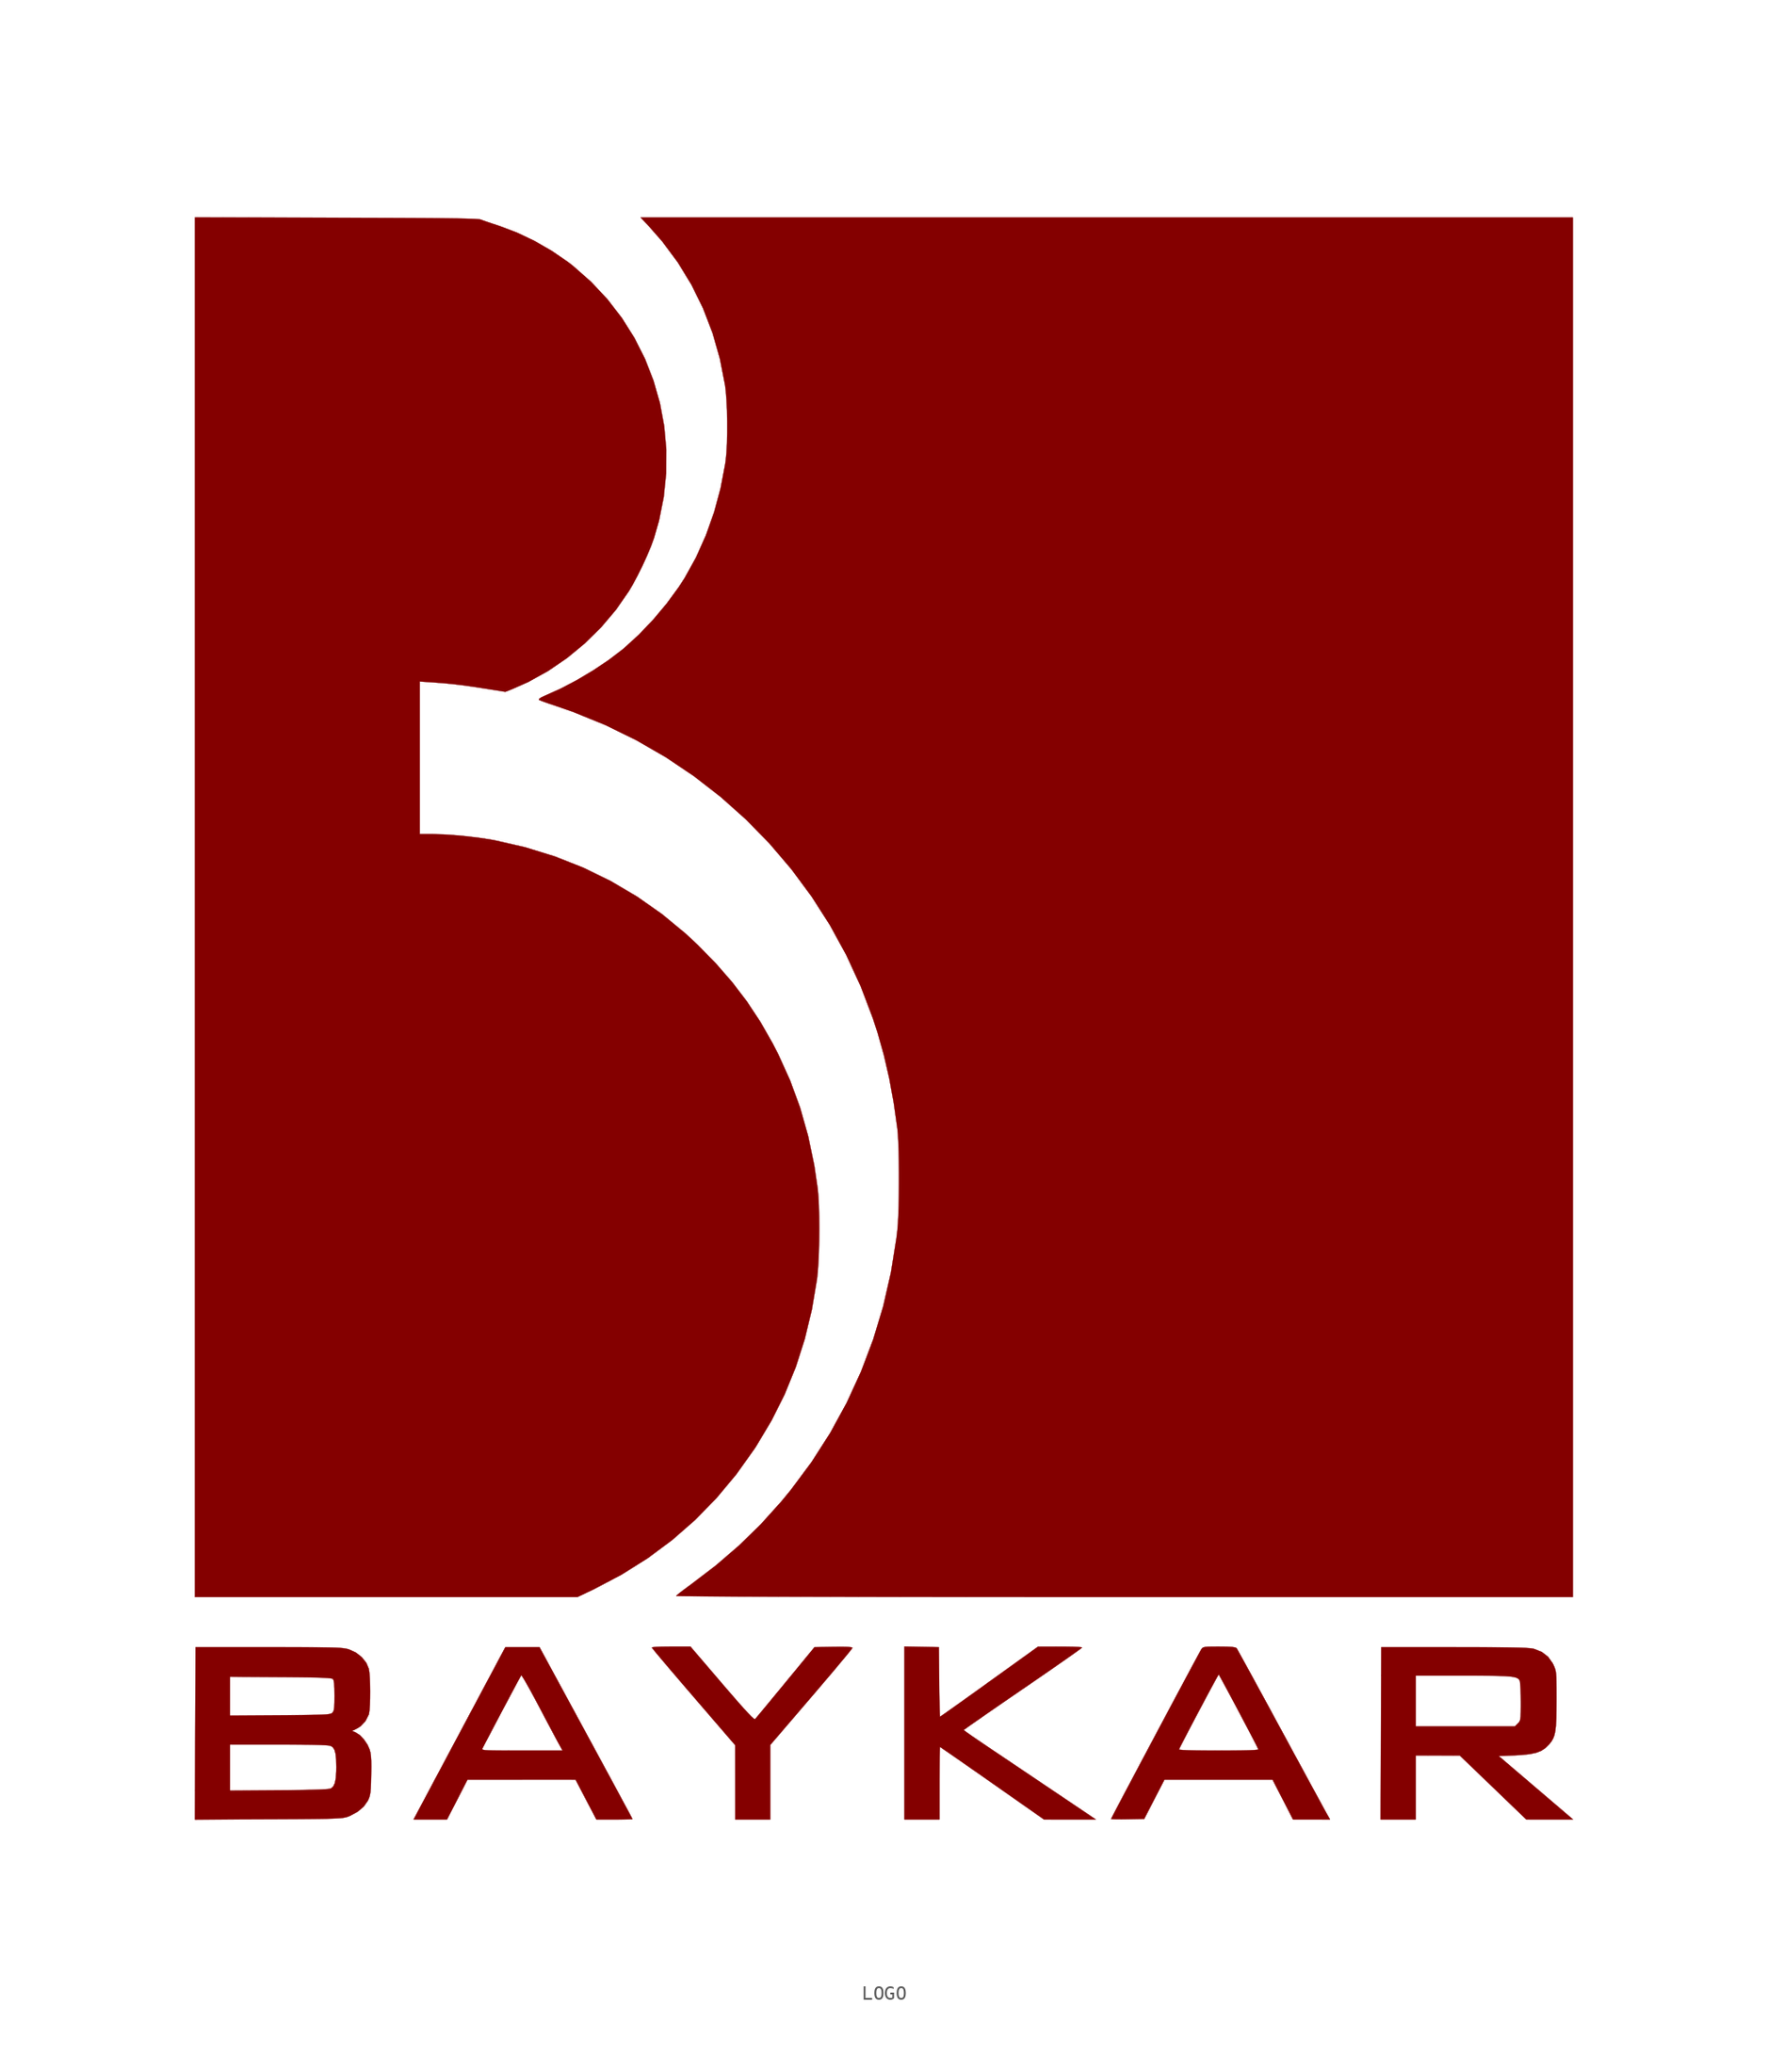
<source format=kicad_sym>
(kicad_symbol_lib
  (version 20211014)
  (generator kicad_symbol_editor)
  (symbol "LOGO"
    (pin_names
      (offset 1.016))
    (property "Reference" "#G"
      (at 0 58.039 0)
      (effects (font (size 1.27 1.27)) hide))
    (symbol "LOGO_0_0"
      (polyline (pts (xy -7.874 -50.658) (xy -4.995 -47.301) (xy -4.78 -47.05) (xy -4.24 -46.417) (xy -3.738 -45.826) (xy -3.285 -45.29) (xy -2.892 -44.82) (xy -2.568 -44.43) (xy -2.324 -44.131) (xy -2.17 -43.936) (xy -2.117 -43.856) (xy -2.117 -43.856) (xy -2.202 -43.819) (xy -2.453 -43.796) (xy -2.869 -43.787) (xy -3.447 -43.792) (xy -4.777 -43.815) (xy -6.812 -46.288) (xy -6.866 -46.353) (xy -7.324 -46.908) (xy -7.748 -47.423) (xy -8.127 -47.881) (xy -8.448 -48.268) (xy -8.699 -48.569) (xy -8.868 -48.769) (xy -8.941 -48.854) (xy -8.956 -48.858) (xy -9.041 -48.809) (xy -9.197 -48.669) (xy -9.43 -48.43) (xy -9.745 -48.086) (xy -10.149 -47.631) (xy -10.649 -47.057) (xy -11.249 -46.359) (xy -13.463 -43.773) (xy -14.817 -43.773) (xy -15.119 -43.774) (xy -15.537 -43.782) (xy -15.87 -43.796) (xy -16.09 -43.815) (xy -16.17 -43.836) (xy -16.159 -43.853) (xy -16.061 -43.979) (xy -15.866 -44.216) (xy -15.585 -44.552) (xy -15.229 -44.974) (xy -14.807 -45.47) (xy -14.33 -46.029) (xy -13.807 -46.639) (xy -13.251 -47.286) (xy -10.333 -50.673) (xy -10.331 -53.276) (xy -10.329 -55.88) (xy -7.874 -55.88) (xy -7.874 -50.658)) (stroke (width 0.01) (type default) (color 0 0 0 0)) (fill (type outline)))
      (polyline (pts (xy -29.8 -54.485) (xy -29.083 -53.089) (xy -25.299 -53.088) (xy -21.515 -53.086) (xy -20.785 -54.483) (xy -20.054 -55.88) (xy -18.79 -55.88) (xy -18.568 -55.88) (xy -18.156 -55.876) (xy -17.826 -55.869) (xy -17.606 -55.86) (xy -17.526 -55.85) (xy -17.533 -55.834) (xy -17.606 -55.696) (xy -17.75 -55.425) (xy -17.961 -55.033) (xy -18.232 -54.53) (xy -18.556 -53.928) (xy -18.929 -53.237) (xy -19.344 -52.47) (xy -19.795 -51.637) (xy -20.276 -50.749) (xy -20.781 -49.817) (xy -24.037 -43.815) (xy -26.433 -43.815) (xy -29.095 -48.81) (xy -29.227 -49.058) (xy -29.697 -49.939) (xy -30.154 -50.797) (xy -30.233 -50.946) (xy -28.051 -50.946) (xy -28.038 -50.906) (xy -27.861 -50.566) (xy -27.606 -50.079) (xy -27.324 -49.542) (xy -27.026 -48.977) (xy -26.722 -48.401) (xy -26.423 -47.836) (xy -26.139 -47.302) (xy -25.88 -46.817) (xy -25.659 -46.403) (xy -25.484 -46.079) (xy -25.367 -45.865) (xy -25.318 -45.781) (xy -25.309 -45.783) (xy -25.232 -45.886) (xy -25.091 -46.114) (xy -24.896 -46.452) (xy -24.657 -46.881) (xy -24.385 -47.383) (xy -24.088 -47.94) (xy -24.03 -48.051) (xy -23.722 -48.636) (xy -23.429 -49.188) (xy -23.165 -49.686) (xy -22.942 -50.104) (xy -22.773 -50.42) (xy -22.669 -50.609) (xy -22.421 -51.054) (xy -25.268 -51.054) (xy -25.643 -51.054) (xy -26.34 -51.053) (xy -26.891 -51.05) (xy -27.312 -51.044) (xy -27.621 -51.035) (xy -27.833 -51.022) (xy -27.965 -51.003) (xy -28.032 -50.978) (xy -28.051 -50.946) (xy -30.233 -50.946) (xy -30.591 -51.617) (xy -30.999 -52.383) (xy -31.37 -53.079) (xy -31.694 -53.688) (xy -31.965 -54.196) (xy -32.172 -54.586) (xy -32.309 -54.843) (xy -32.86 -55.88) (xy -30.517 -55.88) (xy -29.8 -54.485)) (stroke (width 0.01) (type default) (color 0 0 0 0)) (fill (type outline)))
      (polyline (pts (xy 3.979 -53.34) (xy 3.979 -53.103) (xy 3.982 -52.486) (xy 3.986 -51.934) (xy 3.991 -51.469) (xy 3.999 -51.111) (xy 4.007 -50.881) (xy 4.016 -50.8) (xy 4.03 -50.807) (xy 4.155 -50.89) (xy 4.401 -51.058) (xy 4.755 -51.302) (xy 5.202 -51.612) (xy 5.732 -51.98) (xy 6.329 -52.396) (xy 6.982 -52.852) (xy 7.678 -53.339) (xy 11.303 -55.879) (xy 14.934 -55.88) (xy 11.976 -53.889) (xy 11.939 -53.865) (xy 11.222 -53.382) (xy 10.479 -52.882) (xy 9.738 -52.384) (xy 9.027 -51.906) (xy 8.373 -51.466) (xy 7.804 -51.084) (xy 7.348 -50.778) (xy 7.037 -50.568) (xy 6.6 -50.271) (xy 6.226 -50.013) (xy 5.935 -49.809) (xy 5.746 -49.672) (xy 5.678 -49.615) (xy 5.739 -49.566) (xy 5.928 -49.429) (xy 6.233 -49.214) (xy 6.642 -48.928) (xy 7.143 -48.58) (xy 7.723 -48.178) (xy 8.371 -47.731) (xy 9.075 -47.248) (xy 9.822 -46.736) (xy 10.527 -46.253) (xy 11.233 -45.766) (xy 11.886 -45.315) (xy 12.471 -44.909) (xy 12.977 -44.555) (xy 13.392 -44.262) (xy 13.704 -44.039) (xy 13.9 -43.894) (xy 13.968 -43.836) (xy 13.894 -43.817) (xy 13.676 -43.8) (xy 13.341 -43.786) (xy 12.915 -43.778) (xy 12.425 -43.775) (xy 10.88 -43.778) (xy 7.466 -46.23) (xy 7.343 -46.319) (xy 6.678 -46.797) (xy 6.058 -47.241) (xy 5.495 -47.642) (xy 5.004 -47.992) (xy 4.598 -48.28) (xy 4.289 -48.498) (xy 4.091 -48.635) (xy 4.018 -48.683) (xy 4.015 -48.679) (xy 4.005 -48.562) (xy 3.995 -48.301) (xy 3.985 -47.919) (xy 3.975 -47.435) (xy 3.966 -46.871) (xy 3.959 -46.249) (xy 3.937 -43.815) (xy 1.524 -43.768) (xy 1.524 -55.88) (xy 3.979 -55.88) (xy 3.979 -53.34)) (stroke (width 0.01) (type default) (color 0 0 0 0)) (fill (type outline)))
      (polyline (pts (xy 37.338 -51.393) (xy 38.883 -51.396) (xy 40.428 -51.4) (xy 42.757 -53.639) (xy 45.085 -55.879) (xy 46.724 -55.88) (xy 48.362 -55.88) (xy 45.758 -53.657) (xy 43.153 -51.435) (xy 44.331 -51.385) (xy 44.726 -51.363) (xy 45.308 -51.303) (xy 45.766 -51.208) (xy 46.13 -51.067) (xy 46.427 -50.873) (xy 46.687 -50.615) (xy 46.716 -50.581) (xy 46.861 -50.39) (xy 46.974 -50.189) (xy 47.059 -49.956) (xy 47.12 -49.666) (xy 47.161 -49.298) (xy 47.186 -48.83) (xy 47.198 -48.237) (xy 47.202 -47.498) (xy 47.202 -47.265) (xy 47.201 -46.686) (xy 47.196 -46.243) (xy 47.187 -45.91) (xy 47.169 -45.663) (xy 47.142 -45.476) (xy 47.102 -45.325) (xy 47.047 -45.184) (xy 46.976 -45.027) (xy 46.938 -44.949) (xy 46.611 -44.486) (xy 46.171 -44.147) (xy 45.613 -43.929) (xy 45.483 -43.904) (xy 45.289 -43.883) (xy 45.02 -43.865) (xy 44.664 -43.85) (xy 44.21 -43.839) (xy 43.645 -43.829) (xy 42.958 -43.823) (xy 42.138 -43.818) (xy 41.171 -43.816) (xy 40.047 -43.815) (xy 34.925 -43.815) (xy 34.918 -45.805) (xy 37.338 -45.805) (xy 40.67 -45.805) (xy 41.096 -45.805) (xy 41.928 -45.807) (xy 42.613 -45.813) (xy 43.166 -45.824) (xy 43.603 -45.84) (xy 43.938 -45.865) (xy 44.186 -45.898) (xy 44.363 -45.942) (xy 44.485 -45.997) (xy 44.566 -46.065) (xy 44.621 -46.147) (xy 44.637 -46.2) (xy 44.663 -46.411) (xy 44.685 -46.742) (xy 44.699 -47.157) (xy 44.704 -47.623) (xy 44.704 -47.974) (xy 44.7 -48.378) (xy 44.689 -48.661) (xy 44.667 -48.851) (xy 44.63 -48.977) (xy 44.575 -49.068) (xy 44.496 -49.153) (xy 44.288 -49.361) (xy 37.338 -49.361) (xy 37.338 -45.805) (xy 34.918 -45.805) (xy 34.903 -49.847) (xy 34.882 -55.88) (xy 37.338 -55.88) (xy 37.338 -51.393)) (stroke (width 0.01) (type default) (color 0 0 0 0)) (fill (type outline)))
      (polyline (pts (xy 31.088 -55.435) (xy 31.018 -55.31) (xy 30.871 -55.041) (xy 30.656 -54.647) (xy 30.381 -54.142) (xy 30.053 -53.538) (xy 29.678 -52.848) (xy 29.264 -52.085) (xy 28.817 -51.262) (xy 28.346 -50.392) (xy 27.855 -49.488) (xy 27.387 -48.623) (xy 26.924 -47.77) (xy 26.489 -46.971) (xy 26.089 -46.236) (xy 25.73 -45.58) (xy 25.42 -45.013) (xy 25.164 -44.548) (xy 24.969 -44.196) (xy 24.842 -43.968) (xy 24.788 -43.879) (xy 24.686 -43.831) (xy 24.459 -43.797) (xy 24.092 -43.779) (xy 23.571 -43.773) (xy 23.558 -43.773) (xy 23.104 -43.774) (xy 22.788 -43.782) (xy 22.582 -43.8) (xy 22.454 -43.833) (xy 22.377 -43.886) (xy 22.32 -43.963) (xy 22.299 -43.999) (xy 22.202 -44.174) (xy 22.038 -44.476) (xy 21.815 -44.89) (xy 21.54 -45.402) (xy 21.22 -45.999) (xy 20.863 -46.667) (xy 20.475 -47.392) (xy 20.065 -48.161) (xy 19.64 -48.959) (xy 19.207 -49.773) (xy 18.773 -50.589) (xy 18.57 -50.971) (xy 20.757 -50.971) (xy 20.762 -50.96) (xy 20.828 -50.822) (xy 20.958 -50.565) (xy 21.141 -50.21) (xy 21.367 -49.777) (xy 21.624 -49.287) (xy 21.901 -48.76) (xy 22.188 -48.218) (xy 22.473 -47.681) (xy 22.746 -47.169) (xy 22.995 -46.705) (xy 23.21 -46.307) (xy 23.379 -45.998) (xy 23.492 -45.797) (xy 23.537 -45.725) (xy 23.541 -45.728) (xy 23.601 -45.828) (xy 23.726 -46.053) (xy 23.906 -46.382) (xy 24.128 -46.795) (xy 24.383 -47.271) (xy 24.66 -47.79) (xy 24.946 -48.329) (xy 25.232 -48.87) (xy 25.506 -49.391) (xy 25.758 -49.871) (xy 25.976 -50.289) (xy 26.149 -50.626) (xy 26.266 -50.86) (xy 26.317 -50.97) (xy 26.25 -50.994) (xy 26.02 -51.015) (xy 25.628 -51.032) (xy 25.081 -51.044) (xy 24.383 -51.051) (xy 23.537 -51.054) (xy 23.496 -51.054) (xy 22.681 -51.051) (xy 22 -51.044) (xy 21.461 -51.032) (xy 21.069 -51.016) (xy 20.832 -50.996) (xy 20.757 -50.971) (xy 18.57 -50.971) (xy 18.345 -51.394) (xy 17.931 -52.173) (xy 17.539 -52.913) (xy 17.175 -53.6) (xy 16.847 -54.22) (xy 16.562 -54.76) (xy 16.328 -55.205) (xy 16.152 -55.542) (xy 16.041 -55.758) (xy 16.002 -55.838) (xy 16.009 -55.843) (xy 16.134 -55.857) (xy 16.387 -55.865) (xy 16.74 -55.867) (xy 17.161 -55.861) (xy 18.32 -55.838) (xy 19.741 -53.086) (xy 27.31 -53.086) (xy 28.027 -54.481) (xy 28.744 -55.877) (xy 30.042 -55.878) (xy 31.339 -55.88) (xy 31.088 -55.435)) (stroke (width 0.01) (type default) (color 0 0 0 0)) (fill (type outline)))
      (polyline (pts (xy -20.364 -39.818) (xy -20.241 -39.759) (xy -18.296 -38.735) (xy -16.464 -37.585) (xy -14.745 -36.308) (xy -13.138 -34.904) (xy -11.642 -33.373) (xy -10.257 -31.714) (xy -8.982 -29.926) (xy -8.852 -29.727) (xy -7.78 -27.933) (xy -6.86 -26.096) (xy -6.087 -24.2) (xy -5.456 -22.234) (xy -4.962 -20.183) (xy -4.601 -18.034) (xy -4.551 -17.566) (xy -4.504 -16.901) (xy -4.47 -16.141) (xy -4.449 -15.323) (xy -4.442 -14.484) (xy -4.449 -13.663) (xy -4.47 -12.898) (xy -4.505 -12.225) (xy -4.555 -11.684) (xy -4.79 -10.086) (xy -5.219 -8.019) (xy -5.782 -6.038) (xy -6.482 -4.128) (xy -7.324 -2.273) (xy -7.711 -1.522) (xy -8.573 -0.013) (xy -9.507 1.399) (xy -10.536 2.748) (xy -11.683 4.065) (xy -12.974 5.382) (xy -13.802 6.154) (xy -15.457 7.52) (xy -17.203 8.746) (xy -19.039 9.829) (xy -20.959 10.768) (xy -22.961 11.559) (xy -25.039 12.201) (xy -27.19 12.693) (xy -27.536 12.755) (xy -28.324 12.873) (xy -29.169 12.974) (xy -30.016 13.053) (xy -30.809 13.105) (xy -31.494 13.123) (xy -32.427 13.123) (xy -32.427 23.81) (xy -31.559 23.753) (xy -31.479 23.747) (xy -30.783 23.695) (xy -30.122 23.631) (xy -29.445 23.55) (xy -28.702 23.446) (xy -27.843 23.313) (xy -26.433 23.087) (xy -25.938 23.283) (xy -24.82 23.779) (xy -23.437 24.546) (xy -22.111 25.452) (xy -20.863 26.481) (xy -19.711 27.617) (xy -18.674 28.843) (xy -17.772 30.145) (xy -17.517 30.578) (xy -17.171 31.222) (xy -16.824 31.922) (xy -16.5 32.63) (xy -16.222 33.294) (xy -16.014 33.867) (xy -15.668 35.071) (xy -15.336 36.73) (xy -15.168 38.394) (xy -15.158 40.05) (xy -15.304 41.69) (xy -15.603 43.301) (xy -16.052 44.874) (xy -16.647 46.399) (xy -17.387 47.865) (xy -18.266 49.262) (xy -19.283 50.579) (xy -20.435 51.806) (xy -21.717 52.933) (xy -22.063 53.2) (xy -23.184 53.967) (xy -24.386 54.658) (xy -25.621 55.247) (xy -26.839 55.707) (xy -26.88 55.72) (xy -27.299 55.858) (xy -27.678 55.986) (xy -27.975 56.09) (xy -28.152 56.155) (xy -28.205 56.169) (xy -28.338 56.184) (xy -28.551 56.199) (xy -28.852 56.211) (xy -29.246 56.223) (xy -29.743 56.233) (xy -30.35 56.242) (xy -31.073 56.251) (xy -31.921 56.258) (xy -32.901 56.264) (xy -34.021 56.27) (xy -35.287 56.275) (xy -36.708 56.28) (xy -38.291 56.284) (xy -48.175 56.307) (xy -48.175 -40.301) (xy -21.382 -40.301) (xy -20.364 -39.818)) (stroke (width 0.01) (type default) (color 0 0 0 0)) (fill (type outline)))
      (polyline (pts (xy 48.345 56.303) (xy -16.954 56.303) (xy -16.392 55.708) (xy -15.439 54.623) (xy -14.345 53.151) (xy -13.391 51.587) (xy -12.581 49.939) (xy -11.916 48.21) (xy -11.401 46.407) (xy -11.036 44.535) (xy -10.989 44.149) (xy -10.939 43.513) (xy -10.905 42.785) (xy -10.889 42.009) (xy -10.889 41.227) (xy -10.907 40.484) (xy -10.942 39.822) (xy -10.996 39.285) (xy -11.029 39.053) (xy -11.352 37.349) (xy -11.807 35.669) (xy -12.384 34.044) (xy -13.073 32.502) (xy -13.863 31.073) (xy -14.272 30.44) (xy -15.122 29.277) (xy -16.074 28.142) (xy -17.086 27.081) (xy -18.119 26.141) (xy -18.227 26.052) (xy -19.191 25.316) (xy -20.269 24.594) (xy -21.412 23.913) (xy -22.573 23.304) (xy -23.703 22.795) (xy -23.898 22.706) (xy -24.059 22.603) (xy -24.084 22.534) (xy -24.07 22.525) (xy -23.928 22.462) (xy -23.664 22.363) (xy -23.311 22.239) (xy -22.902 22.102) (xy -21.651 21.667) (xy -19.409 20.752) (xy -17.252 19.695) (xy -15.185 18.502) (xy -13.213 17.176) (xy -11.343 15.724) (xy -9.58 14.151) (xy -7.928 12.463) (xy -6.394 10.664) (xy -4.984 8.761) (xy -3.701 6.758) (xy -2.553 4.661) (xy -1.544 2.476) (xy -0.68 0.207) (xy -0.359 -0.781) (xy 0.086 -2.356) (xy 0.461 -3.981) (xy 0.774 -5.695) (xy 1.034 -7.535) (xy 1.066 -7.886) (xy 1.096 -8.419) (xy 1.119 -9.064) (xy 1.134 -9.79) (xy 1.142 -10.568) (xy 1.142 -11.366) (xy 1.135 -12.155) (xy 1.12 -12.903) (xy 1.098 -13.582) (xy 1.068 -14.159) (xy 1.031 -14.605) (xy 0.968 -15.136) (xy 0.581 -17.568) (xy 0.036 -19.947) (xy -0.665 -22.267) (xy -1.521 -24.524) (xy -2.527 -26.711) (xy -3.683 -28.823) (xy -4.986 -30.855) (xy -6.433 -32.8) (xy -7.11 -33.623) (xy -8.539 -35.207) (xy -10.057 -36.689) (xy -11.689 -38.093) (xy -13.462 -39.445) (xy -13.588 -39.536) (xy -13.925 -39.785) (xy -14.2 -39.996) (xy -14.388 -40.148) (xy -14.464 -40.224) (xy -14.39 -40.23) (xy -14.15 -40.236) (xy -13.749 -40.242) (xy -13.189 -40.248) (xy -12.474 -40.254) (xy -11.609 -40.259) (xy -10.597 -40.264) (xy -9.441 -40.269) (xy -8.146 -40.274) (xy -6.714 -40.278) (xy -5.151 -40.282) (xy -3.459 -40.285) (xy -1.643 -40.289) (xy 0.294 -40.292) (xy 2.349 -40.294) (xy 4.516 -40.296) (xy 6.794 -40.298) (xy 9.177 -40.299) (xy 11.663 -40.3) (xy 14.247 -40.301) (xy 16.926 -40.301) (xy 48.345 -40.301) (xy 48.345 56.303)) (stroke (width 0.01) (type default) (color 0 0 0 0)) (fill (type outline)))
      (polyline (pts (xy -43.032 -55.861) (xy -42.687 -55.86) (xy -41.666 -55.854) (xy -40.798 -55.849) (xy -40.067 -55.842) (xy -39.46 -55.835) (xy -38.965 -55.826) (xy -38.567 -55.815) (xy -38.252 -55.801) (xy -38.008 -55.785) (xy -37.821 -55.765) (xy -37.677 -55.742) (xy -37.562 -55.714) (xy -37.463 -55.682) (xy -37.31 -55.622) (xy -36.777 -55.333) (xy -36.349 -54.969) (xy -36.058 -54.554) (xy -36.041 -54.519) (xy -35.969 -54.352) (xy -35.917 -54.178) (xy -35.881 -53.965) (xy -35.858 -53.681) (xy -35.842 -53.291) (xy -35.83 -52.765) (xy -35.829 -52.723) (xy -35.822 -52.165) (xy -35.828 -51.743) (xy -35.848 -51.425) (xy -35.884 -51.18) (xy -35.938 -50.978) (xy -36.086 -50.646) (xy -36.333 -50.278) (xy -36.622 -49.974) (xy -36.912 -49.785) (xy -37.169 -49.678) (xy -36.827 -49.509) (xy -36.58 -49.355) (xy -36.231 -48.989) (xy -35.995 -48.523) (xy -35.982 -48.473) (xy -35.945 -48.215) (xy -35.919 -47.839) (xy -35.905 -47.385) (xy -35.901 -46.892) (xy -35.909 -46.4) (xy -35.927 -45.948) (xy -35.957 -45.574) (xy -35.997 -45.32) (xy -36.169 -44.914) (xy -36.485 -44.516) (xy -36.901 -44.189) (xy -37.38 -43.971) (xy -37.42 -43.959) (xy -37.539 -43.928) (xy -37.674 -43.902) (xy -37.84 -43.88) (xy -38.051 -43.862) (xy -38.321 -43.848) (xy -38.663 -43.837) (xy -39.091 -43.829) (xy -39.619 -43.823) (xy -40.261 -43.819) (xy -41.032 -43.816) (xy -41.943 -43.815) (xy -43.011 -43.815) (xy -48.133 -43.815) (xy -48.15 -48.606) (xy -45.72 -48.606) (xy -45.72 -45.884) (xy -42.168 -45.908) (xy -41.813 -45.91) (xy -40.959 -45.918) (xy -40.258 -45.927) (xy -39.694 -45.938) (xy -39.257 -45.952) (xy -38.932 -45.969) (xy -38.708 -45.989) (xy -38.57 -46.013) (xy -38.506 -46.042) (xy -38.461 -46.132) (xy -38.424 -46.348) (xy -38.403 -46.7) (xy -38.396 -47.203) (xy -38.396 -47.227) (xy -38.4 -47.673) (xy -38.413 -47.983) (xy -38.439 -48.187) (xy -38.483 -48.318) (xy -38.547 -48.405) (xy -38.557 -48.414) (xy -38.609 -48.45) (xy -38.688 -48.48) (xy -38.811 -48.504) (xy -38.993 -48.523) (xy -39.25 -48.538) (xy -39.598 -48.55) (xy -40.052 -48.56) (xy -40.628 -48.568) (xy -41.342 -48.574) (xy -42.209 -48.581) (xy -45.72 -48.606) (xy -48.15 -48.606) (xy -48.155 -49.851) (xy -48.169 -53.857) (xy -45.72 -53.857) (xy -45.72 -50.631) (xy -42.295 -50.631) (xy -41.583 -50.632) (xy -40.719 -50.636) (xy -40.014 -50.645) (xy -39.461 -50.659) (xy -39.055 -50.677) (xy -38.789 -50.7) (xy -38.659 -50.727) (xy -38.524 -50.816) (xy -38.403 -50.993) (xy -38.325 -51.266) (xy -38.282 -51.66) (xy -38.269 -52.197) (xy -38.273 -52.496) (xy -38.304 -52.978) (xy -38.372 -53.325) (xy -38.482 -53.559) (xy -38.638 -53.702) (xy -38.672 -53.715) (xy -38.816 -53.742) (xy -39.066 -53.764) (xy -39.432 -53.783) (xy -39.925 -53.799) (xy -40.555 -53.812) (xy -41.333 -53.823) (xy -42.27 -53.831) (xy -45.72 -53.857) (xy -48.169 -53.857) (xy -48.176 -55.886) (xy -43.032 -55.861)) (stroke (width 0.01) (type default) (color 0 0 0 0)) (fill (type outline))))))
</source>
